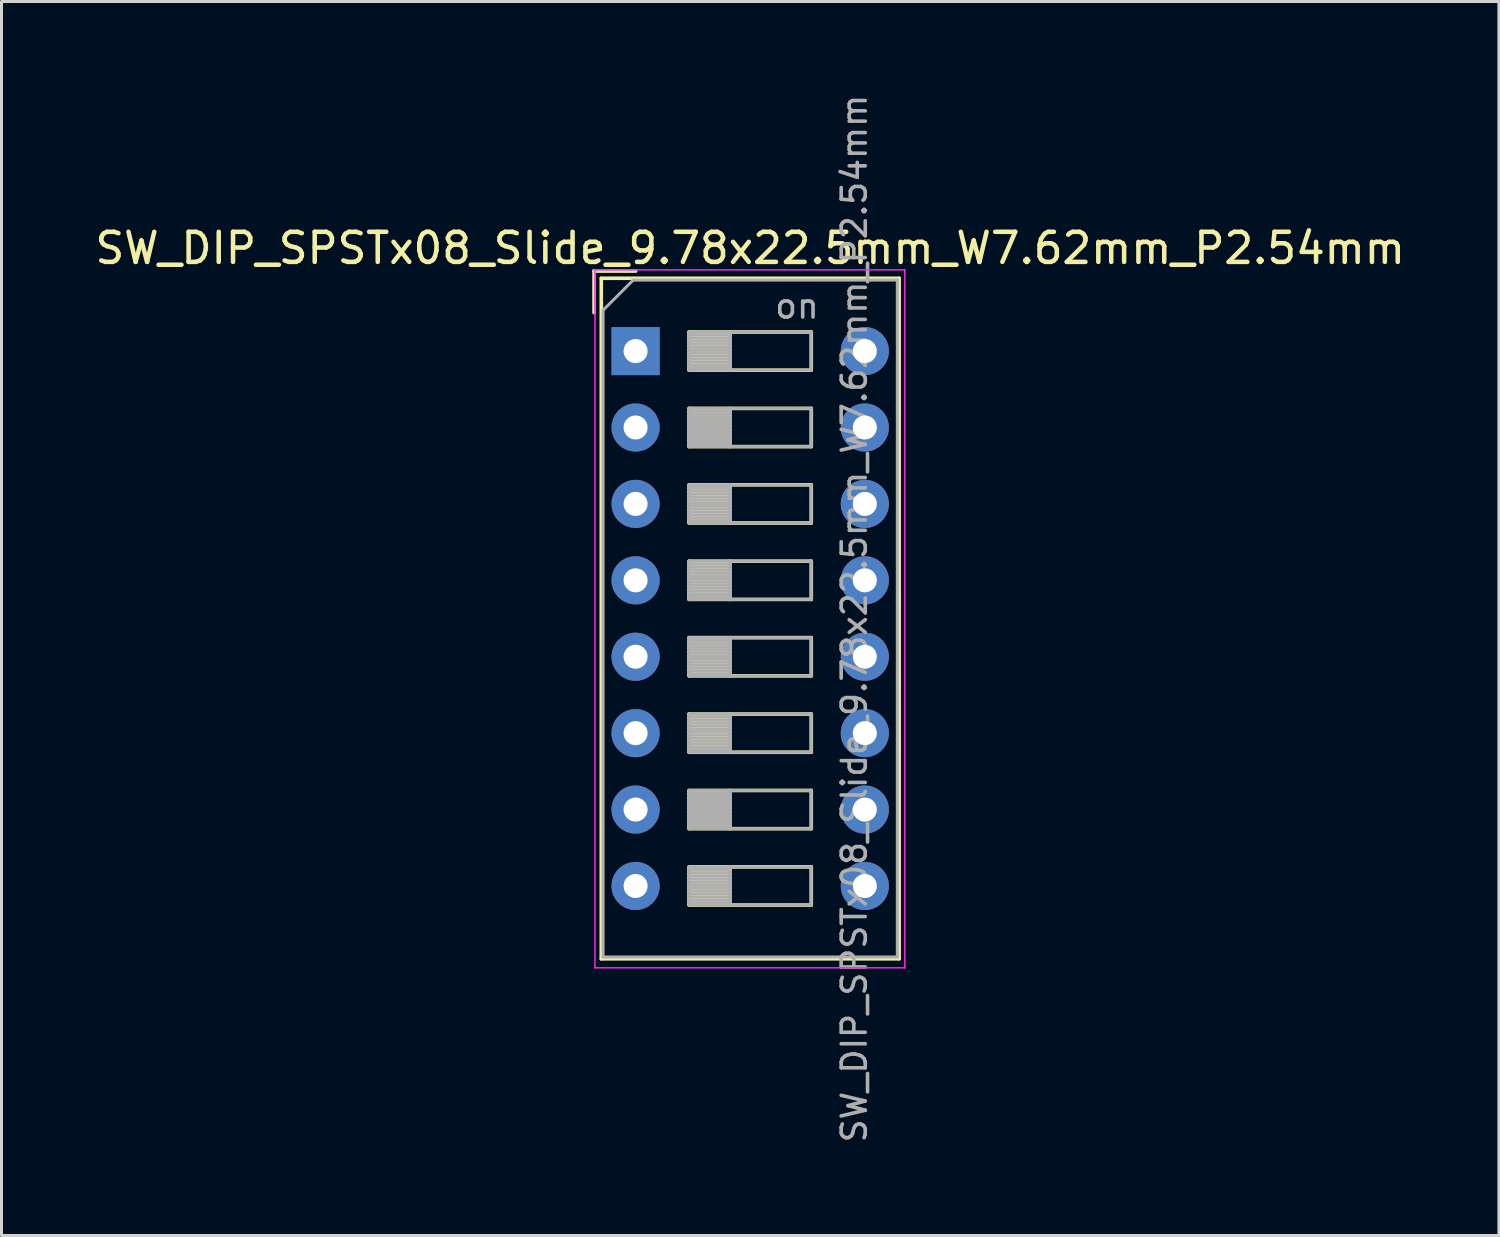
<source format=kicad_pcb>
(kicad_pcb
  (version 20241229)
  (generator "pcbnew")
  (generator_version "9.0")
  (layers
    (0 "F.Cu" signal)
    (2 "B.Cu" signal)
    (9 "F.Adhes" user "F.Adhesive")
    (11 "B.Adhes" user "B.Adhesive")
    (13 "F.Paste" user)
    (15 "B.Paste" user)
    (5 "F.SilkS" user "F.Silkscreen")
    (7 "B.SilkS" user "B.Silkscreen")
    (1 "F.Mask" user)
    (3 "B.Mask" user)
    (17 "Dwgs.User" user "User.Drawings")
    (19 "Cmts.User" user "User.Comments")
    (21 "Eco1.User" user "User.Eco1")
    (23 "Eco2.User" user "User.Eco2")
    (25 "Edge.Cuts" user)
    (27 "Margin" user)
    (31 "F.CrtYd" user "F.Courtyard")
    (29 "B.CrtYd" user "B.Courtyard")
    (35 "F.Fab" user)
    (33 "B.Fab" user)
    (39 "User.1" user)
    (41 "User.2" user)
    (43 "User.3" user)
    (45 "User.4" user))
  (footprint "SW_DIP_SPSTx08_Slide_9.78x22.5mm_W7.62mm_P2.54mm"
    (layer "F.Cu")
    (at 18.077 8.62)
    (property "Reference" "SW_DIP_SPSTx08_Slide_9.78x22.5mm_W7.62mm_P2.54mm" (at 3.81 -3.42 0) (layer "F.SilkS") (effects (font (size 1 1) (thickness 0.15))))
    (attr through_hole)
    (fp_line (start -1.38 -2.66) (end -1.38 -1.277) (stroke (width 0.12) (type solid)) (layer "F.SilkS"))
    (fp_line (start -1.38 -2.66) (end 0.004 -2.66) (stroke (width 0.12) (type solid)) (layer "F.SilkS"))
    (fp_line (start -1.14 -2.42) (end -1.14 20.201) (stroke (width 0.12) (type solid)) (layer "F.SilkS"))
    (fp_line (start -1.14 -2.42) (end 8.76 -2.42) (stroke (width 0.12) (type solid)) (layer "F.SilkS"))
    (fp_line (start -1.14 20.201) (end 8.76 20.201) (stroke (width 0.12) (type solid)) (layer "F.SilkS"))
    (fp_line (start 1.78 -0.635) (end 1.78 0.635) (stroke (width 0.12) (type solid)) (layer "F.SilkS"))
    (fp_line (start 1.78 -0.515) (end 3.133 -0.515) (stroke (width 0.12) (type solid)) (layer "F.SilkS"))
    (fp_line (start 1.78 -0.395) (end 3.133 -0.395) (stroke (width 0.12) (type solid)) (layer "F.SilkS"))
    (fp_line (start 1.78 -0.275) (end 3.133 -0.275) (stroke (width 0.12) (type solid)) (layer "F.SilkS"))
    (fp_line (start 1.78 -0.155) (end 3.133 -0.155) (stroke (width 0.12) (type solid)) (layer "F.SilkS"))
    (fp_line (start 1.78 -0.035) (end 3.133 -0.035) (stroke (width 0.12) (type solid)) (layer "F.SilkS"))
    (fp_line (start 1.78 0.085) (end 3.133 0.085) (stroke (width 0.12) (type solid)) (layer "F.SilkS"))
    (fp_line (start 1.78 0.205) (end 3.133 0.205) (stroke (width 0.12) (type solid)) (layer "F.SilkS"))
    (fp_line (start 1.78 0.325) (end 3.133 0.325) (stroke (width 0.12) (type solid)) (layer "F.SilkS"))
    (fp_line (start 1.78 0.445) (end 3.133 0.445) (stroke (width 0.12) (type solid)) (layer "F.SilkS"))
    (fp_line (start 1.78 0.565) (end 3.133 0.565) (stroke (width 0.12) (type solid)) (layer "F.SilkS"))
    (fp_line (start 1.78 0.635) (end 5.84 0.635) (stroke (width 0.12) (type solid)) (layer "F.SilkS"))
    (fp_line (start 1.78 1.905) (end 1.78 3.175) (stroke (width 0.12) (type solid)) (layer "F.SilkS"))
    (fp_line (start 1.78 2.025) (end 3.133 2.025) (stroke (width 0.12) (type solid)) (layer "F.SilkS"))
    (fp_line (start 1.78 2.145) (end 3.133 2.145) (stroke (width 0.12) (type solid)) (layer "F.SilkS"))
    (fp_line (start 1.78 2.265) (end 3.133 2.265) (stroke (width 0.12) (type solid)) (layer "F.SilkS"))
    (fp_line (start 1.78 2.385) (end 3.133 2.385) (stroke (width 0.12) (type solid)) (layer "F.SilkS"))
    (fp_line (start 1.78 2.505) (end 3.133 2.505) (stroke (width 0.12) (type solid)) (layer "F.SilkS"))
    (fp_line (start 1.78 2.625) (end 3.133 2.625) (stroke (width 0.12) (type solid)) (layer "F.SilkS"))
    (fp_line (start 1.78 2.745) (end 3.133 2.745) (stroke (width 0.12) (type solid)) (layer "F.SilkS"))
    (fp_line (start 1.78 2.865) (end 3.133 2.865) (stroke (width 0.12) (type solid)) (layer "F.SilkS"))
    (fp_line (start 1.78 2.985) (end 3.133 2.985) (stroke (width 0.12) (type solid)) (layer "F.SilkS"))
    (fp_line (start 1.78 3.105) (end 3.133 3.105) (stroke (width 0.12) (type solid)) (layer "F.SilkS"))
    (fp_line (start 1.78 3.175) (end 5.84 3.175) (stroke (width 0.12) (type solid)) (layer "F.SilkS"))
    (fp_line (start 1.78 4.445) (end 1.78 5.715) (stroke (width 0.12) (type solid)) (layer "F.SilkS"))
    (fp_line (start 1.78 4.565) (end 3.133 4.565) (stroke (width 0.12) (type solid)) (layer "F.SilkS"))
    (fp_line (start 1.78 4.685) (end 3.133 4.685) (stroke (width 0.12) (type solid)) (layer "F.SilkS"))
    (fp_line (start 1.78 4.805) (end 3.133 4.805) (stroke (width 0.12) (type solid)) (layer "F.SilkS"))
    (fp_line (start 1.78 4.925) (end 3.133 4.925) (stroke (width 0.12) (type solid)) (layer "F.SilkS"))
    (fp_line (start 1.78 5.045) (end 3.133 5.045) (stroke (width 0.12) (type solid)) (layer "F.SilkS"))
    (fp_line (start 1.78 5.165) (end 3.133 5.165) (stroke (width 0.12) (type solid)) (layer "F.SilkS"))
    (fp_line (start 1.78 5.285) (end 3.133 5.285) (stroke (width 0.12) (type solid)) (layer "F.SilkS"))
    (fp_line (start 1.78 5.405) (end 3.133 5.405) (stroke (width 0.12) (type solid)) (layer "F.SilkS"))
    (fp_line (start 1.78 5.525) (end 3.133 5.525) (stroke (width 0.12) (type solid)) (layer "F.SilkS"))
    (fp_line (start 1.78 5.645) (end 3.133 5.645) (stroke (width 0.12) (type solid)) (layer "F.SilkS"))
    (fp_line (start 1.78 5.715) (end 5.84 5.715) (stroke (width 0.12) (type solid)) (layer "F.SilkS"))
    (fp_line (start 1.78 6.985) (end 1.78 8.255) (stroke (width 0.12) (type solid)) (layer "F.SilkS"))
    (fp_line (start 1.78 7.105) (end 3.133 7.105) (stroke (width 0.12) (type solid)) (layer "F.SilkS"))
    (fp_line (start 1.78 7.225) (end 3.133 7.225) (stroke (width 0.12) (type solid)) (layer "F.SilkS"))
    (fp_line (start 1.78 7.345) (end 3.133 7.345) (stroke (width 0.12) (type solid)) (layer "F.SilkS"))
    (fp_line (start 1.78 7.465) (end 3.133 7.465) (stroke (width 0.12) (type solid)) (layer "F.SilkS"))
    (fp_line (start 1.78 7.585) (end 3.133 7.585) (stroke (width 0.12) (type solid)) (layer "F.SilkS"))
    (fp_line (start 1.78 7.705) (end 3.133 7.705) (stroke (width 0.12) (type solid)) (layer "F.SilkS"))
    (fp_line (start 1.78 7.825) (end 3.133 7.825) (stroke (width 0.12) (type solid)) (layer "F.SilkS"))
    (fp_line (start 1.78 7.945) (end 3.133 7.945) (stroke (width 0.12) (type solid)) (layer "F.SilkS"))
    (fp_line (start 1.78 8.065) (end 3.133 8.065) (stroke (width 0.12) (type solid)) (layer "F.SilkS"))
    (fp_line (start 1.78 8.185) (end 3.133 8.185) (stroke (width 0.12) (type solid)) (layer "F.SilkS"))
    (fp_line (start 1.78 8.255) (end 5.84 8.255) (stroke (width 0.12) (type solid)) (layer "F.SilkS"))
    (fp_line (start 1.78 9.525) (end 1.78 10.795) (stroke (width 0.12) (type solid)) (layer "F.SilkS"))
    (fp_line (start 1.78 9.645) (end 3.133 9.645) (stroke (width 0.12) (type solid)) (layer "F.SilkS"))
    (fp_line (start 1.78 9.765) (end 3.133 9.765) (stroke (width 0.12) (type solid)) (layer "F.SilkS"))
    (fp_line (start 1.78 9.885) (end 3.133 9.885) (stroke (width 0.12) (type solid)) (layer "F.SilkS"))
    (fp_line (start 1.78 10.005) (end 3.133 10.005) (stroke (width 0.12) (type solid)) (layer "F.SilkS"))
    (fp_line (start 1.78 10.125) (end 3.133 10.125) (stroke (width 0.12) (type solid)) (layer "F.SilkS"))
    (fp_line (start 1.78 10.245) (end 3.133 10.245) (stroke (width 0.12) (type solid)) (layer "F.SilkS"))
    (fp_line (start 1.78 10.365) (end 3.133 10.365) (stroke (width 0.12) (type solid)) (layer "F.SilkS"))
    (fp_line (start 1.78 10.485) (end 3.133 10.485) (stroke (width 0.12) (type solid)) (layer "F.SilkS"))
    (fp_line (start 1.78 10.605) (end 3.133 10.605) (stroke (width 0.12) (type solid)) (layer "F.SilkS"))
    (fp_line (start 1.78 10.725) (end 3.133 10.725) (stroke (width 0.12) (type solid)) (layer "F.SilkS"))
    (fp_line (start 1.78 10.795) (end 5.84 10.795) (stroke (width 0.12) (type solid)) (layer "F.SilkS"))
    (fp_line (start 1.78 12.065) (end 1.78 13.335) (stroke (width 0.12) (type solid)) (layer "F.SilkS"))
    (fp_line (start 1.78 12.185) (end 3.133 12.185) (stroke (width 0.12) (type solid)) (layer "F.SilkS"))
    (fp_line (start 1.78 12.305) (end 3.133 12.305) (stroke (width 0.12) (type solid)) (layer "F.SilkS"))
    (fp_line (start 1.78 12.425) (end 3.133 12.425) (stroke (width 0.12) (type solid)) (layer "F.SilkS"))
    (fp_line (start 1.78 12.545) (end 3.133 12.545) (stroke (width 0.12) (type solid)) (layer "F.SilkS"))
    (fp_line (start 1.78 12.665) (end 3.133 12.665) (stroke (width 0.12) (type solid)) (layer "F.SilkS"))
    (fp_line (start 1.78 12.785) (end 3.133 12.785) (stroke (width 0.12) (type solid)) (layer "F.SilkS"))
    (fp_line (start 1.78 12.905) (end 3.133 12.905) (stroke (width 0.12) (type solid)) (layer "F.SilkS"))
    (fp_line (start 1.78 13.025) (end 3.133 13.025) (stroke (width 0.12) (type solid)) (layer "F.SilkS"))
    (fp_line (start 1.78 13.145) (end 3.133 13.145) (stroke (width 0.12) (type solid)) (layer "F.SilkS"))
    (fp_line (start 1.78 13.265) (end 3.133 13.265) (stroke (width 0.12) (type solid)) (layer "F.SilkS"))
    (fp_line (start 1.78 13.335) (end 5.84 13.335) (stroke (width 0.12) (type solid)) (layer "F.SilkS"))
    (fp_line (start 1.78 14.605) (end 1.78 15.875) (stroke (width 0.12) (type solid)) (layer "F.SilkS"))
    (fp_line (start 1.78 14.725) (end 3.133 14.725) (stroke (width 0.12) (type solid)) (layer "F.SilkS"))
    (fp_line (start 1.78 14.845) (end 3.133 14.845) (stroke (width 0.12) (type solid)) (layer "F.SilkS"))
    (fp_line (start 1.78 14.965) (end 3.133 14.965) (stroke (width 0.12) (type solid)) (layer "F.SilkS"))
    (fp_line (start 1.78 15.085) (end 3.133 15.085) (stroke (width 0.12) (type solid)) (layer "F.SilkS"))
    (fp_line (start 1.78 15.205) (end 3.133 15.205) (stroke (width 0.12) (type solid)) (layer "F.SilkS"))
    (fp_line (start 1.78 15.325) (end 3.133 15.325) (stroke (width 0.12) (type solid)) (layer "F.SilkS"))
    (fp_line (start 1.78 15.445) (end 3.133 15.445) (stroke (width 0.12) (type solid)) (layer "F.SilkS"))
    (fp_line (start 1.78 15.565) (end 3.133 15.565) (stroke (width 0.12) (type solid)) (layer "F.SilkS"))
    (fp_line (start 1.78 15.685) (end 3.133 15.685) (stroke (width 0.12) (type solid)) (layer "F.SilkS"))
    (fp_line (start 1.78 15.805) (end 3.133 15.805) (stroke (width 0.12) (type solid)) (layer "F.SilkS"))
    (fp_line (start 1.78 15.875) (end 5.84 15.875) (stroke (width 0.12) (type solid)) (layer "F.SilkS"))
    (fp_line (start 1.78 17.145) (end 1.78 18.415) (stroke (width 0.12) (type solid)) (layer "F.SilkS"))
    (fp_line (start 1.78 17.265) (end 3.133 17.265) (stroke (width 0.12) (type solid)) (layer "F.SilkS"))
    (fp_line (start 1.78 17.385) (end 3.133 17.385) (stroke (width 0.12) (type solid)) (layer "F.SilkS"))
    (fp_line (start 1.78 17.505) (end 3.133 17.505) (stroke (width 0.12) (type solid)) (layer "F.SilkS"))
    (fp_line (start 1.78 17.625) (end 3.133 17.625) (stroke (width 0.12) (type solid)) (layer "F.SilkS"))
    (fp_line (start 1.78 17.745) (end 3.133 17.745) (stroke (width 0.12) (type solid)) (layer "F.SilkS"))
    (fp_line (start 1.78 17.865) (end 3.133 17.865) (stroke (width 0.12) (type solid)) (layer "F.SilkS"))
    (fp_line (start 1.78 17.985) (end 3.133 17.985) (stroke (width 0.12) (type solid)) (layer "F.SilkS"))
    (fp_line (start 1.78 18.105) (end 3.133 18.105) (stroke (width 0.12) (type solid)) (layer "F.SilkS"))
    (fp_line (start 1.78 18.225) (end 3.133 18.225) (stroke (width 0.12) (type solid)) (layer "F.SilkS"))
    (fp_line (start 1.78 18.345) (end 3.133 18.345) (stroke (width 0.12) (type solid)) (layer "F.SilkS"))
    (fp_line (start 1.78 18.415) (end 5.84 18.415) (stroke (width 0.12) (type solid)) (layer "F.SilkS"))
    (fp_line (start 3.133 -0.635) (end 3.133 0.635) (stroke (width 0.12) (type solid)) (layer "F.SilkS"))
    (fp_line (start 3.133 1.905) (end 3.133 3.175) (stroke (width 0.12) (type solid)) (layer "F.SilkS"))
    (fp_line (start 3.133 4.445) (end 3.133 5.715) (stroke (width 0.12) (type solid)) (layer "F.SilkS"))
    (fp_line (start 3.133 6.985) (end 3.133 8.255) (stroke (width 0.12) (type solid)) (layer "F.SilkS"))
    (fp_line (start 3.133 9.525) (end 3.133 10.795) (stroke (width 0.12) (type solid)) (layer "F.SilkS"))
    (fp_line (start 3.133 12.065) (end 3.133 13.335) (stroke (width 0.12) (type solid)) (layer "F.SilkS"))
    (fp_line (start 3.133 14.605) (end 3.133 15.875) (stroke (width 0.12) (type solid)) (layer "F.SilkS"))
    (fp_line (start 3.133 17.145) (end 3.133 18.415) (stroke (width 0.12) (type solid)) (layer "F.SilkS"))
    (fp_line (start 5.84 -0.635) (end 1.78 -0.635) (stroke (width 0.12) (type solid)) (layer "F.SilkS"))
    (fp_line (start 5.84 0.635) (end 5.84 -0.635) (stroke (width 0.12) (type solid)) (layer "F.SilkS"))
    (fp_line (start 5.84 1.905) (end 1.78 1.905) (stroke (width 0.12) (type solid)) (layer "F.SilkS"))
    (fp_line (start 5.84 3.175) (end 5.84 1.905) (stroke (width 0.12) (type solid)) (layer "F.SilkS"))
    (fp_line (start 5.84 4.445) (end 1.78 4.445) (stroke (width 0.12) (type solid)) (layer "F.SilkS"))
    (fp_line (start 5.84 5.715) (end 5.84 4.445) (stroke (width 0.12) (type solid)) (layer "F.SilkS"))
    (fp_line (start 5.84 6.985) (end 1.78 6.985) (stroke (width 0.12) (type solid)) (layer "F.SilkS"))
    (fp_line (start 5.84 8.255) (end 5.84 6.985) (stroke (width 0.12) (type solid)) (layer "F.SilkS"))
    (fp_line (start 5.84 9.525) (end 1.78 9.525) (stroke (width 0.12) (type solid)) (layer "F.SilkS"))
    (fp_line (start 5.84 10.795) (end 5.84 9.525) (stroke (width 0.12) (type solid)) (layer "F.SilkS"))
    (fp_line (start 5.84 12.065) (end 1.78 12.065) (stroke (width 0.12) (type solid)) (layer "F.SilkS"))
    (fp_line (start 5.84 13.335) (end 5.84 12.065) (stroke (width 0.12) (type solid)) (layer "F.SilkS"))
    (fp_line (start 5.84 14.605) (end 1.78 14.605) (stroke (width 0.12) (type solid)) (layer "F.SilkS"))
    (fp_line (start 5.84 15.875) (end 5.84 14.605) (stroke (width 0.12) (type solid)) (layer "F.SilkS"))
    (fp_line (start 5.84 17.145) (end 1.78 17.145) (stroke (width 0.12) (type solid)) (layer "F.SilkS"))
    (fp_line (start 5.84 18.415) (end 5.84 17.145) (stroke (width 0.12) (type solid)) (layer "F.SilkS"))
    (fp_line (start 8.76 -2.42) (end 8.76 20.201) (stroke (width 0.12) (type solid)) (layer "F.SilkS"))
    (fp_line (start -1.35 -2.7) (end -1.35 20.5) (stroke (width 0.05) (type solid)) (layer "F.CrtYd"))
    (fp_line (start -1.35 20.5) (end 8.95 20.5) (stroke (width 0.05) (type solid)) (layer "F.CrtYd"))
    (fp_line (start 8.95 -2.7) (end -1.35 -2.7) (stroke (width 0.05) (type solid)) (layer "F.CrtYd"))
    (fp_line (start 8.95 20.5) (end 8.95 -2.7) (stroke (width 0.05) (type solid)) (layer "F.CrtYd"))
    (fp_line (start -1.08 -1.36) (end -0.08 -2.36) (stroke (width 0.1) (type solid)) (layer "F.Fab"))
    (fp_line (start -1.08 20.14) (end -1.08 -1.36) (stroke (width 0.1) (type solid)) (layer "F.Fab"))
    (fp_line (start -0.08 -2.36) (end 8.7 -2.36) (stroke (width 0.1) (type solid)) (layer "F.Fab"))
    (fp_line (start 1.78 -0.635) (end 1.78 0.635) (stroke (width 0.1) (type solid)) (layer "F.Fab"))
    (fp_line (start 1.78 -0.535) (end 3.133 -0.535) (stroke (width 0.1) (type solid)) (layer "F.Fab"))
    (fp_line (start 1.78 -0.435) (end 3.133 -0.435) (stroke (width 0.1) (type solid)) (layer "F.Fab"))
    (fp_line (start 1.78 -0.335) (end 3.133 -0.335) (stroke (width 0.1) (type solid)) (layer "F.Fab"))
    (fp_line (start 1.78 -0.235) (end 3.133 -0.235) (stroke (width 0.1) (type solid)) (layer "F.Fab"))
    (fp_line (start 1.78 -0.135) (end 3.133 -0.135) (stroke (width 0.1) (type solid)) (layer "F.Fab"))
    (fp_line (start 1.78 -0.035) (end 3.133 -0.035) (stroke (width 0.1) (type solid)) (layer "F.Fab"))
    (fp_line (start 1.78 0.065) (end 3.133 0.065) (stroke (width 0.1) (type solid)) (layer "F.Fab"))
    (fp_line (start 1.78 0.165) (end 3.133 0.165) (stroke (width 0.1) (type solid)) (layer "F.Fab"))
    (fp_line (start 1.78 0.265) (end 3.133 0.265) (stroke (width 0.1) (type solid)) (layer "F.Fab"))
    (fp_line (start 1.78 0.365) (end 3.133 0.365) (stroke (width 0.1) (type solid)) (layer "F.Fab"))
    (fp_line (start 1.78 0.465) (end 3.133 0.465) (stroke (width 0.1) (type solid)) (layer "F.Fab"))
    (fp_line (start 1.78 0.565) (end 3.133 0.565) (stroke (width 0.1) (type solid)) (layer "F.Fab"))
    (fp_line (start 1.78 0.635) (end 5.84 0.635) (stroke (width 0.1) (type solid)) (layer "F.Fab"))
    (fp_line (start 1.78 1.905) (end 1.78 3.175) (stroke (width 0.1) (type solid)) (layer "F.Fab"))
    (fp_line (start 1.78 2.005) (end 3.133 2.005) (stroke (width 0.1) (type solid)) (layer "F.Fab"))
    (fp_line (start 1.78 2.105) (end 3.133 2.105) (stroke (width 0.1) (type solid)) (layer "F.Fab"))
    (fp_line (start 1.78 2.205) (end 3.133 2.205) (stroke (width 0.1) (type solid)) (layer "F.Fab"))
    (fp_line (start 1.78 2.305) (end 3.133 2.305) (stroke (width 0.1) (type solid)) (layer "F.Fab"))
    (fp_line (start 1.78 2.405) (end 3.133 2.405) (stroke (width 0.1) (type solid)) (layer "F.Fab"))
    (fp_line (start 1.78 2.505) (end 3.133 2.505) (stroke (width 0.1) (type solid)) (layer "F.Fab"))
    (fp_line (start 1.78 2.605) (end 3.133 2.605) (stroke (width 0.1) (type solid)) (layer "F.Fab"))
    (fp_line (start 1.78 2.705) (end 3.133 2.705) (stroke (width 0.1) (type solid)) (layer "F.Fab"))
    (fp_line (start 1.78 2.805) (end 3.133 2.805) (stroke (width 0.1) (type solid)) (layer "F.Fab"))
    (fp_line (start 1.78 2.905) (end 3.133 2.905) (stroke (width 0.1) (type solid)) (layer "F.Fab"))
    (fp_line (start 1.78 3.005) (end 3.133 3.005) (stroke (width 0.1) (type solid)) (layer "F.Fab"))
    (fp_line (start 1.78 3.105) (end 3.133 3.105) (stroke (width 0.1) (type solid)) (layer "F.Fab"))
    (fp_line (start 1.78 3.175) (end 5.84 3.175) (stroke (width 0.1) (type solid)) (layer "F.Fab"))
    (fp_line (start 1.78 4.445) (end 1.78 5.715) (stroke (width 0.1) (type solid)) (layer "F.Fab"))
    (fp_line (start 1.78 4.545) (end 3.133 4.545) (stroke (width 0.1) (type solid)) (layer "F.Fab"))
    (fp_line (start 1.78 4.645) (end 3.133 4.645) (stroke (width 0.1) (type solid)) (layer "F.Fab"))
    (fp_line (start 1.78 4.745) (end 3.133 4.745) (stroke (width 0.1) (type solid)) (layer "F.Fab"))
    (fp_line (start 1.78 4.845) (end 3.133 4.845) (stroke (width 0.1) (type solid)) (layer "F.Fab"))
    (fp_line (start 1.78 4.945) (end 3.133 4.945) (stroke (width 0.1) (type solid)) (layer "F.Fab"))
    (fp_line (start 1.78 5.045) (end 3.133 5.045) (stroke (width 0.1) (type solid)) (layer "F.Fab"))
    (fp_line (start 1.78 5.145) (end 3.133 5.145) (stroke (width 0.1) (type solid)) (layer "F.Fab"))
    (fp_line (start 1.78 5.245) (end 3.133 5.245) (stroke (width 0.1) (type solid)) (layer "F.Fab"))
    (fp_line (start 1.78 5.345) (end 3.133 5.345) (stroke (width 0.1) (type solid)) (layer "F.Fab"))
    (fp_line (start 1.78 5.445) (end 3.133 5.445) (stroke (width 0.1) (type solid)) (layer "F.Fab"))
    (fp_line (start 1.78 5.545) (end 3.133 5.545) (stroke (width 0.1) (type solid)) (layer "F.Fab"))
    (fp_line (start 1.78 5.645) (end 3.133 5.645) (stroke (width 0.1) (type solid)) (layer "F.Fab"))
    (fp_line (start 1.78 5.715) (end 5.84 5.715) (stroke (width 0.1) (type solid)) (layer "F.Fab"))
    (fp_line (start 1.78 6.985) (end 1.78 8.255) (stroke (width 0.1) (type solid)) (layer "F.Fab"))
    (fp_line (start 1.78 7.085) (end 3.133 7.085) (stroke (width 0.1) (type solid)) (layer "F.Fab"))
    (fp_line (start 1.78 7.185) (end 3.133 7.185) (stroke (width 0.1) (type solid)) (layer "F.Fab"))
    (fp_line (start 1.78 7.285) (end 3.133 7.285) (stroke (width 0.1) (type solid)) (layer "F.Fab"))
    (fp_line (start 1.78 7.385) (end 3.133 7.385) (stroke (width 0.1) (type solid)) (layer "F.Fab"))
    (fp_line (start 1.78 7.485) (end 3.133 7.485) (stroke (width 0.1) (type solid)) (layer "F.Fab"))
    (fp_line (start 1.78 7.585) (end 3.133 7.585) (stroke (width 0.1) (type solid)) (layer "F.Fab"))
    (fp_line (start 1.78 7.685) (end 3.133 7.685) (stroke (width 0.1) (type solid)) (layer "F.Fab"))
    (fp_line (start 1.78 7.785) (end 3.133 7.785) (stroke (width 0.1) (type solid)) (layer "F.Fab"))
    (fp_line (start 1.78 7.885) (end 3.133 7.885) (stroke (width 0.1) (type solid)) (layer "F.Fab"))
    (fp_line (start 1.78 7.985) (end 3.133 7.985) (stroke (width 0.1) (type solid)) (layer "F.Fab"))
    (fp_line (start 1.78 8.085) (end 3.133 8.085) (stroke (width 0.1) (type solid)) (layer "F.Fab"))
    (fp_line (start 1.78 8.185) (end 3.133 8.185) (stroke (width 0.1) (type solid)) (layer "F.Fab"))
    (fp_line (start 1.78 8.255) (end 5.84 8.255) (stroke (width 0.1) (type solid)) (layer "F.Fab"))
    (fp_line (start 1.78 9.525) (end 1.78 10.795) (stroke (width 0.1) (type solid)) (layer "F.Fab"))
    (fp_line (start 1.78 9.625) (end 3.133 9.625) (stroke (width 0.1) (type solid)) (layer "F.Fab"))
    (fp_line (start 1.78 9.725) (end 3.133 9.725) (stroke (width 0.1) (type solid)) (layer "F.Fab"))
    (fp_line (start 1.78 9.825) (end 3.133 9.825) (stroke (width 0.1) (type solid)) (layer "F.Fab"))
    (fp_line (start 1.78 9.925) (end 3.133 9.925) (stroke (width 0.1) (type solid)) (layer "F.Fab"))
    (fp_line (start 1.78 10.025) (end 3.133 10.025) (stroke (width 0.1) (type solid)) (layer "F.Fab"))
    (fp_line (start 1.78 10.125) (end 3.133 10.125) (stroke (width 0.1) (type solid)) (layer "F.Fab"))
    (fp_line (start 1.78 10.225) (end 3.133 10.225) (stroke (width 0.1) (type solid)) (layer "F.Fab"))
    (fp_line (start 1.78 10.325) (end 3.133 10.325) (stroke (width 0.1) (type solid)) (layer "F.Fab"))
    (fp_line (start 1.78 10.425) (end 3.133 10.425) (stroke (width 0.1) (type solid)) (layer "F.Fab"))
    (fp_line (start 1.78 10.525) (end 3.133 10.525) (stroke (width 0.1) (type solid)) (layer "F.Fab"))
    (fp_line (start 1.78 10.625) (end 3.133 10.625) (stroke (width 0.1) (type solid)) (layer "F.Fab"))
    (fp_line (start 1.78 10.725) (end 3.133 10.725) (stroke (width 0.1) (type solid)) (layer "F.Fab"))
    (fp_line (start 1.78 10.795) (end 5.84 10.795) (stroke (width 0.1) (type solid)) (layer "F.Fab"))
    (fp_line (start 1.78 12.065) (end 1.78 13.335) (stroke (width 0.1) (type solid)) (layer "F.Fab"))
    (fp_line (start 1.78 12.165) (end 3.133 12.165) (stroke (width 0.1) (type solid)) (layer "F.Fab"))
    (fp_line (start 1.78 12.265) (end 3.133 12.265) (stroke (width 0.1) (type solid)) (layer "F.Fab"))
    (fp_line (start 1.78 12.365) (end 3.133 12.365) (stroke (width 0.1) (type solid)) (layer "F.Fab"))
    (fp_line (start 1.78 12.465) (end 3.133 12.465) (stroke (width 0.1) (type solid)) (layer "F.Fab"))
    (fp_line (start 1.78 12.565) (end 3.133 12.565) (stroke (width 0.1) (type solid)) (layer "F.Fab"))
    (fp_line (start 1.78 12.665) (end 3.133 12.665) (stroke (width 0.1) (type solid)) (layer "F.Fab"))
    (fp_line (start 1.78 12.765) (end 3.133 12.765) (stroke (width 0.1) (type solid)) (layer "F.Fab"))
    (fp_line (start 1.78 12.865) (end 3.133 12.865) (stroke (width 0.1) (type solid)) (layer "F.Fab"))
    (fp_line (start 1.78 12.965) (end 3.133 12.965) (stroke (width 0.1) (type solid)) (layer "F.Fab"))
    (fp_line (start 1.78 13.065) (end 3.133 13.065) (stroke (width 0.1) (type solid)) (layer "F.Fab"))
    (fp_line (start 1.78 13.165) (end 3.133 13.165) (stroke (width 0.1) (type solid)) (layer "F.Fab"))
    (fp_line (start 1.78 13.265) (end 3.133 13.265) (stroke (width 0.1) (type solid)) (layer "F.Fab"))
    (fp_line (start 1.78 13.335) (end 5.84 13.335) (stroke (width 0.1) (type solid)) (layer "F.Fab"))
    (fp_line (start 1.78 14.605) (end 1.78 15.875) (stroke (width 0.1) (type solid)) (layer "F.Fab"))
    (fp_line (start 1.78 14.705) (end 3.133 14.705) (stroke (width 0.1) (type solid)) (layer "F.Fab"))
    (fp_line (start 1.78 14.805) (end 3.133 14.805) (stroke (width 0.1) (type solid)) (layer "F.Fab"))
    (fp_line (start 1.78 14.905) (end 3.133 14.905) (stroke (width 0.1) (type solid)) (layer "F.Fab"))
    (fp_line (start 1.78 15.005) (end 3.133 15.005) (stroke (width 0.1) (type solid)) (layer "F.Fab"))
    (fp_line (start 1.78 15.105) (end 3.133 15.105) (stroke (width 0.1) (type solid)) (layer "F.Fab"))
    (fp_line (start 1.78 15.205) (end 3.133 15.205) (stroke (width 0.1) (type solid)) (layer "F.Fab"))
    (fp_line (start 1.78 15.305) (end 3.133 15.305) (stroke (width 0.1) (type solid)) (layer "F.Fab"))
    (fp_line (start 1.78 15.405) (end 3.133 15.405) (stroke (width 0.1) (type solid)) (layer "F.Fab"))
    (fp_line (start 1.78 15.505) (end 3.133 15.505) (stroke (width 0.1) (type solid)) (layer "F.Fab"))
    (fp_line (start 1.78 15.605) (end 3.133 15.605) (stroke (width 0.1) (type solid)) (layer "F.Fab"))
    (fp_line (start 1.78 15.705) (end 3.133 15.705) (stroke (width 0.1) (type solid)) (layer "F.Fab"))
    (fp_line (start 1.78 15.805) (end 3.133 15.805) (stroke (width 0.1) (type solid)) (layer "F.Fab"))
    (fp_line (start 1.78 15.875) (end 5.84 15.875) (stroke (width 0.1) (type solid)) (layer "F.Fab"))
    (fp_line (start 1.78 17.145) (end 1.78 18.415) (stroke (width 0.1) (type solid)) (layer "F.Fab"))
    (fp_line (start 1.78 17.245) (end 3.133 17.245) (stroke (width 0.1) (type solid)) (layer "F.Fab"))
    (fp_line (start 1.78 17.345) (end 3.133 17.345) (stroke (width 0.1) (type solid)) (layer "F.Fab"))
    (fp_line (start 1.78 17.445) (end 3.133 17.445) (stroke (width 0.1) (type solid)) (layer "F.Fab"))
    (fp_line (start 1.78 17.545) (end 3.133 17.545) (stroke (width 0.1) (type solid)) (layer "F.Fab"))
    (fp_line (start 1.78 17.645) (end 3.133 17.645) (stroke (width 0.1) (type solid)) (layer "F.Fab"))
    (fp_line (start 1.78 17.745) (end 3.133 17.745) (stroke (width 0.1) (type solid)) (layer "F.Fab"))
    (fp_line (start 1.78 17.845) (end 3.133 17.845) (stroke (width 0.1) (type solid)) (layer "F.Fab"))
    (fp_line (start 1.78 17.945) (end 3.133 17.945) (stroke (width 0.1) (type solid)) (layer "F.Fab"))
    (fp_line (start 1.78 18.045) (end 3.133 18.045) (stroke (width 0.1) (type solid)) (layer "F.Fab"))
    (fp_line (start 1.78 18.145) (end 3.133 18.145) (stroke (width 0.1) (type solid)) (layer "F.Fab"))
    (fp_line (start 1.78 18.245) (end 3.133 18.245) (stroke (width 0.1) (type solid)) (layer "F.Fab"))
    (fp_line (start 1.78 18.345) (end 3.133 18.345) (stroke (width 0.1) (type solid)) (layer "F.Fab"))
    (fp_line (start 1.78 18.415) (end 5.84 18.415) (stroke (width 0.1) (type solid)) (layer "F.Fab"))
    (fp_line (start 3.133 -0.635) (end 3.133 0.635) (stroke (width 0.1) (type solid)) (layer "F.Fab"))
    (fp_line (start 3.133 1.905) (end 3.133 3.175) (stroke (width 0.1) (type solid)) (layer "F.Fab"))
    (fp_line (start 3.133 4.445) (end 3.133 5.715) (stroke (width 0.1) (type solid)) (layer "F.Fab"))
    (fp_line (start 3.133 6.985) (end 3.133 8.255) (stroke (width 0.1) (type solid)) (layer "F.Fab"))
    (fp_line (start 3.133 9.525) (end 3.133 10.795) (stroke (width 0.1) (type solid)) (layer "F.Fab"))
    (fp_line (start 3.133 12.065) (end 3.133 13.335) (stroke (width 0.1) (type solid)) (layer "F.Fab"))
    (fp_line (start 3.133 14.605) (end 3.133 15.875) (stroke (width 0.1) (type solid)) (layer "F.Fab"))
    (fp_line (start 3.133 17.145) (end 3.133 18.415) (stroke (width 0.1) (type solid)) (layer "F.Fab"))
    (fp_line (start 5.84 -0.635) (end 1.78 -0.635) (stroke (width 0.1) (type solid)) (layer "F.Fab"))
    (fp_line (start 5.84 0.635) (end 5.84 -0.635) (stroke (width 0.1) (type solid)) (layer "F.Fab"))
    (fp_line (start 5.84 1.905) (end 1.78 1.905) (stroke (width 0.1) (type solid)) (layer "F.Fab"))
    (fp_line (start 5.84 3.175) (end 5.84 1.905) (stroke (width 0.1) (type solid)) (layer "F.Fab"))
    (fp_line (start 5.84 4.445) (end 1.78 4.445) (stroke (width 0.1) (type solid)) (layer "F.Fab"))
    (fp_line (start 5.84 5.715) (end 5.84 4.445) (stroke (width 0.1) (type solid)) (layer "F.Fab"))
    (fp_line (start 5.84 6.985) (end 1.78 6.985) (stroke (width 0.1) (type solid)) (layer "F.Fab"))
    (fp_line (start 5.84 8.255) (end 5.84 6.985) (stroke (width 0.1) (type solid)) (layer "F.Fab"))
    (fp_line (start 5.84 9.525) (end 1.78 9.525) (stroke (width 0.1) (type solid)) (layer "F.Fab"))
    (fp_line (start 5.84 10.795) (end 5.84 9.525) (stroke (width 0.1) (type solid)) (layer "F.Fab"))
    (fp_line (start 5.84 12.065) (end 1.78 12.065) (stroke (width 0.1) (type solid)) (layer "F.Fab"))
    (fp_line (start 5.84 13.335) (end 5.84 12.065) (stroke (width 0.1) (type solid)) (layer "F.Fab"))
    (fp_line (start 5.84 14.605) (end 1.78 14.605) (stroke (width 0.1) (type solid)) (layer "F.Fab"))
    (fp_line (start 5.84 15.875) (end 5.84 14.605) (stroke (width 0.1) (type solid)) (layer "F.Fab"))
    (fp_line (start 5.84 17.145) (end 1.78 17.145) (stroke (width 0.1) (type solid)) (layer "F.Fab"))
    (fp_line (start 5.84 18.415) (end 5.84 17.145) (stroke (width 0.1) (type solid)) (layer "F.Fab"))
    (fp_line (start 8.7 -2.36) (end 8.7 20.14) (stroke (width 0.1) (type solid)) (layer "F.Fab"))
    (fp_line (start 8.7 20.14) (end -1.08 20.14) (stroke (width 0.1) (type solid)) (layer "F.Fab"))
    (fp_text user "${REFERENCE}" (at 7.27 8.89 90) (layer "F.Fab") (effects (font (size 0.8 0.8) (thickness 0.12))))
    (fp_text user "on" (at 5.365 -1.498 0) (layer "F.Fab") (effects (font (size 0.8 0.8) (thickness 0.12))))
    (pad "1" thru_hole rect (at 0 0) (size 1.6 1.6) (drill 0.8) (layers "*.Cu" "*.Mask"))
    (pad "2" thru_hole oval (at 0 2.54) (size 1.6 1.6) (drill 0.8) (layers "*.Cu" "*.Mask"))
    (pad "3" thru_hole oval (at 0 5.08) (size 1.6 1.6) (drill 0.8) (layers "*.Cu" "*.Mask"))
    (pad "4" thru_hole oval (at 0 7.62) (size 1.6 1.6) (drill 0.8) (layers "*.Cu" "*.Mask"))
    (pad "5" thru_hole oval (at 0 10.16) (size 1.6 1.6) (drill 0.8) (layers "*.Cu" "*.Mask"))
    (pad "6" thru_hole oval (at 0 12.7) (size 1.6 1.6) (drill 0.8) (layers "*.Cu" "*.Mask"))
    (pad "7" thru_hole oval (at 0 15.24) (size 1.6 1.6) (drill 0.8) (layers "*.Cu" "*.Mask"))
    (pad "8" thru_hole oval (at 0 17.78) (size 1.6 1.6) (drill 0.8) (layers "*.Cu" "*.Mask"))
    (pad "9" thru_hole oval (at 7.62 17.78) (size 1.6 1.6) (drill 0.8) (layers "*.Cu" "*.Mask"))
    (pad "10" thru_hole oval (at 7.62 15.24) (size 1.6 1.6) (drill 0.8) (layers "*.Cu" "*.Mask"))
    (pad "11" thru_hole oval (at 7.62 12.7) (size 1.6 1.6) (drill 0.8) (layers "*.Cu" "*.Mask"))
    (pad "12" thru_hole oval (at 7.62 10.16) (size 1.6 1.6) (drill 0.8) (layers "*.Cu" "*.Mask"))
    (pad "13" thru_hole oval (at 7.62 7.62) (size 1.6 1.6) (drill 0.8) (layers "*.Cu" "*.Mask"))
    (pad "14" thru_hole oval (at 7.62 5.08) (size 1.6 1.6) (drill 0.8) (layers "*.Cu" "*.Mask"))
    (pad "15" thru_hole oval (at 7.62 2.54) (size 1.6 1.6) (drill 0.8) (layers "*.Cu" "*.Mask"))
    (pad "16" thru_hole oval (at 7.62 0) (size 1.6 1.6) (drill 0.8) (layers "*.Cu" "*.Mask")))
  (gr_rect
    (start -3 -3)
    (end 46.774 38.019)
    (stroke (width 0.1) (type default))
    (fill no)
    (layer "Edge.Cuts")))
</source>
